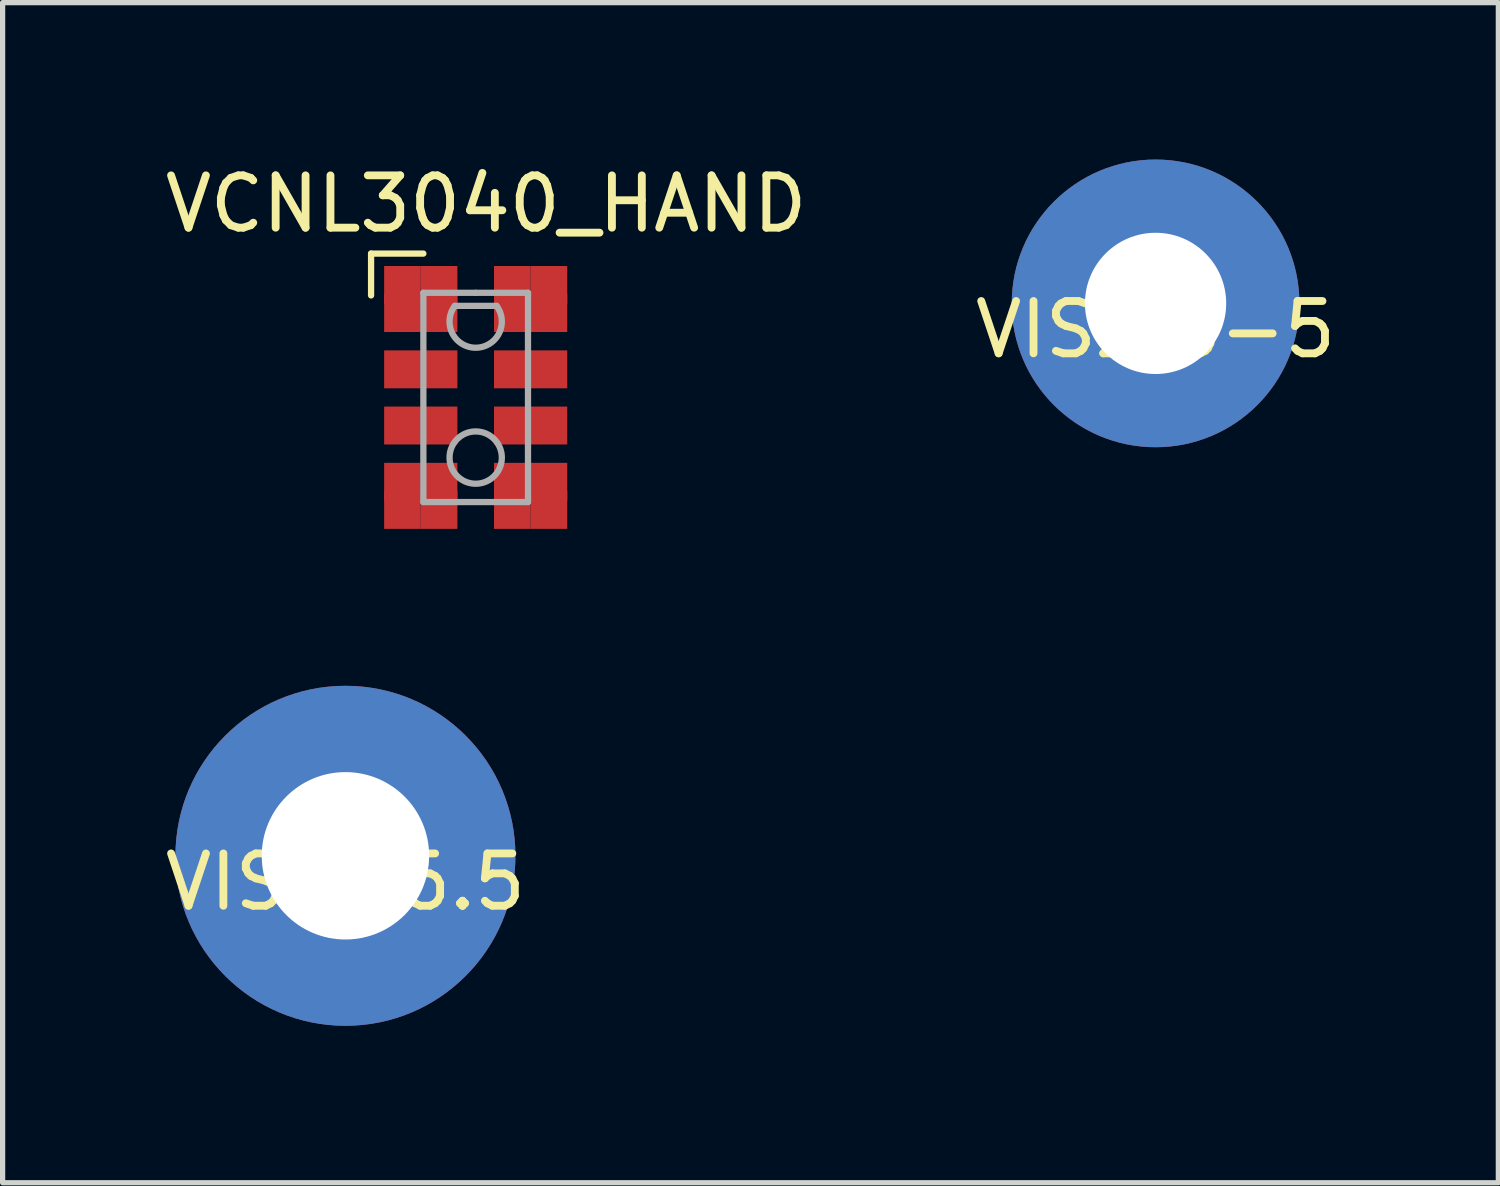
<source format=kicad_pcb>
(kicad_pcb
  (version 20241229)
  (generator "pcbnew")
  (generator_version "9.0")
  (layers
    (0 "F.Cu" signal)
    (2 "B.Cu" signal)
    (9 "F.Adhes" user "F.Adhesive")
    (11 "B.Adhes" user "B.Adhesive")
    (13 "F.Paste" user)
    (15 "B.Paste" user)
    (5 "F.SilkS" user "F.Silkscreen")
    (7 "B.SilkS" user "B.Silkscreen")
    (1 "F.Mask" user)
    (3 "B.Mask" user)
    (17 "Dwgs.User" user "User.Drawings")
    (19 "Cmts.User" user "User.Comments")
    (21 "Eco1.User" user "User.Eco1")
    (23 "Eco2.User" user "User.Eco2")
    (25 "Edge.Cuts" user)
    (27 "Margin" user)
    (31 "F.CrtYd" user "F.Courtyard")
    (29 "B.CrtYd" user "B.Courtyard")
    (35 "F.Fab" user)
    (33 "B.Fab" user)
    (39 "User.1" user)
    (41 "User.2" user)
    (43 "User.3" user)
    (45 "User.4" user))
  (footprint "VIS3-6.5"
    (layer "F.Cu")
    (at 3.554 13.311)
    (property "Reference" "VIS3-6.5" (at 0 0.5 0) (layer "F.SilkS") (effects (font (size 1 1) (thickness 0.15))))
    (attr through_hole)
    (pad "1" thru_hole circle (at 0 0) (size 6.5 6.5) (drill 3.2) (layers "*.Cu" "*.Mask")))
  (footprint "VCNL3040_HAND"
    (layer "F.Cu")
    (at 6.044 4.548)
    (property "Reference" "VCNL3040_HAND" (at 0.2 -3.7 0) (layer "F.SilkS") (effects (font (size 1 1) (thickness 0.15))))
    (attr through_hole)
    (fp_line (start -2 -2.75) (end -2 -1.95) (stroke (width 0.12) (type solid)) (layer "F.SilkS"))
    (fp_line (start -1 -2.75) (end -2 -2.75) (stroke (width 0.12) (type solid)) (layer "F.SilkS"))
    (fp_line (start -1 -2) (end -1 2) (stroke (width 0.12) (type solid)) (layer "F.Fab"))
    (fp_line (start -1 2) (end 1 2) (stroke (width 0.12) (type solid)) (layer "F.Fab"))
    (fp_line (start -0.4 -1.75) (end 0.4 -1.75) (stroke (width 0.12) (type solid)) (layer "F.Fab"))
    (fp_line (start 0 -2) (end -1 -2) (stroke (width 0.12) (type solid)) (layer "F.Fab"))
    (fp_line (start 1 -2) (end 0 -2) (stroke (width 0.12) (type solid)) (layer "F.Fab"))
    (fp_line (start 1 2) (end 1 -2) (stroke (width 0.12) (type solid)) (layer "F.Fab"))
    (fp_arc (start 0.399999 -1.75) (mid 0.000001 -0.950001) (end -0.4 -1.749999) (stroke (width 0.12) (type solid)) (layer "F.Fab"))
    (fp_circle (center 0 1.15) (end 0.5 1.15) (stroke (width 0.12) (type solid)) (fill no) (layer "F.Fab"))
    (pad "1" smd rect (at -1.4 -2.15) (size 0.7 0.725) (layers "F.Cu" "F.Mask" "F.Paste"))
    (pad "1" smd rect (at -1.4 -1.613) (size 0.7 0.725) (layers "F.Cu" "F.Mask" "F.Paste"))
    (pad "1" smd rect (at -0.7 -2.15) (size 0.7 0.725) (layers "F.Cu" "F.Mask" "F.Paste"))
    (pad "1" smd rect (at -0.7 -1.613) (size 0.7 0.725) (layers "F.Cu" "F.Mask" "F.Paste"))
    (pad "2" smd rect (at -1.4 -0.537) (size 0.7 0.725) (layers "F.Cu" "F.Mask" "F.Paste"))
    (pad "2" smd rect (at -0.7 -0.537) (size 0.7 0.725) (layers "F.Cu" "F.Mask" "F.Paste"))
    (pad "3" smd rect (at -1.4 0.537) (size 0.7 0.725) (layers "F.Cu" "F.Mask" "F.Paste"))
    (pad "3" smd rect (at -0.7 0.537) (size 0.7 0.725) (layers "F.Cu" "F.Mask" "F.Paste"))
    (pad "4" smd rect (at -1.4 1.613) (size 0.7 0.725) (layers "F.Cu" "F.Mask" "F.Paste"))
    (pad "4" smd rect (at -1.4 2.15) (size 0.7 0.725) (layers "F.Cu" "F.Mask" "F.Paste"))
    (pad "4" smd rect (at -0.7 1.613) (size 0.7 0.725) (layers "F.Cu" "F.Mask" "F.Paste"))
    (pad "4" smd rect (at -0.7 2.15) (size 0.7 0.725) (layers "F.Cu" "F.Mask" "F.Paste"))
    (pad "5" smd rect (at 0.7 1.613) (size 0.7 0.725) (layers "F.Cu" "F.Mask" "F.Paste"))
    (pad "5" smd rect (at 0.7 2.15) (size 0.7 0.725) (layers "F.Cu" "F.Mask" "F.Paste"))
    (pad "5" smd rect (at 1.4 1.613) (size 0.7 0.725) (layers "F.Cu" "F.Mask" "F.Paste"))
    (pad "5" smd rect (at 1.4 2.15) (size 0.7 0.725) (layers "F.Cu" "F.Mask" "F.Paste"))
    (pad "6" smd rect (at 0.7 0.537) (size 0.7 0.725) (layers "F.Cu" "F.Mask" "F.Paste"))
    (pad "6" smd rect (at 1.4 0.537) (size 0.7 0.725) (layers "F.Cu" "F.Mask" "F.Paste"))
    (pad "7" smd rect (at 0.7 -0.537) (size 0.7 0.725) (layers "F.Cu" "F.Mask" "F.Paste"))
    (pad "7" smd rect (at 1.4 -0.537) (size 0.7 0.725) (layers "F.Cu" "F.Mask" "F.Paste"))
    (pad "8" smd rect (at 0.7 -2.15) (size 0.7 0.725) (layers "F.Cu" "F.Mask" "F.Paste"))
    (pad "8" smd rect (at 0.7 -1.613) (size 0.7 0.725) (layers "F.Cu" "F.Mask" "F.Paste"))
    (pad "8" smd rect (at 1.4 -2.15) (size 0.7 0.725) (layers "F.Cu" "F.Mask" "F.Paste"))
    (pad "8" smd rect (at 1.4 -1.613) (size 0.7 0.725) (layers "F.Cu" "F.Mask" "F.Paste")))
  (footprint "VIS2.5-5"
    (layer "F.Cu")
    (at 19.042 2.75)
    (property "Reference" "VIS2.5-5" (at 0 0.5 0) (layer "F.SilkS") (effects (font (size 1 1) (thickness 0.15))))
    (attr through_hole)
    (pad "1" thru_hole circle (at 0 0) (size 5.5 5.5) (drill 2.7) (layers "*.Cu" "*.Mask")))
  (gr_rect
    (start -3 -3)
    (end 25.595 19.561)
    (stroke (width 0.1) (type default))
    (fill no)
    (layer "Edge.Cuts")))
</source>
